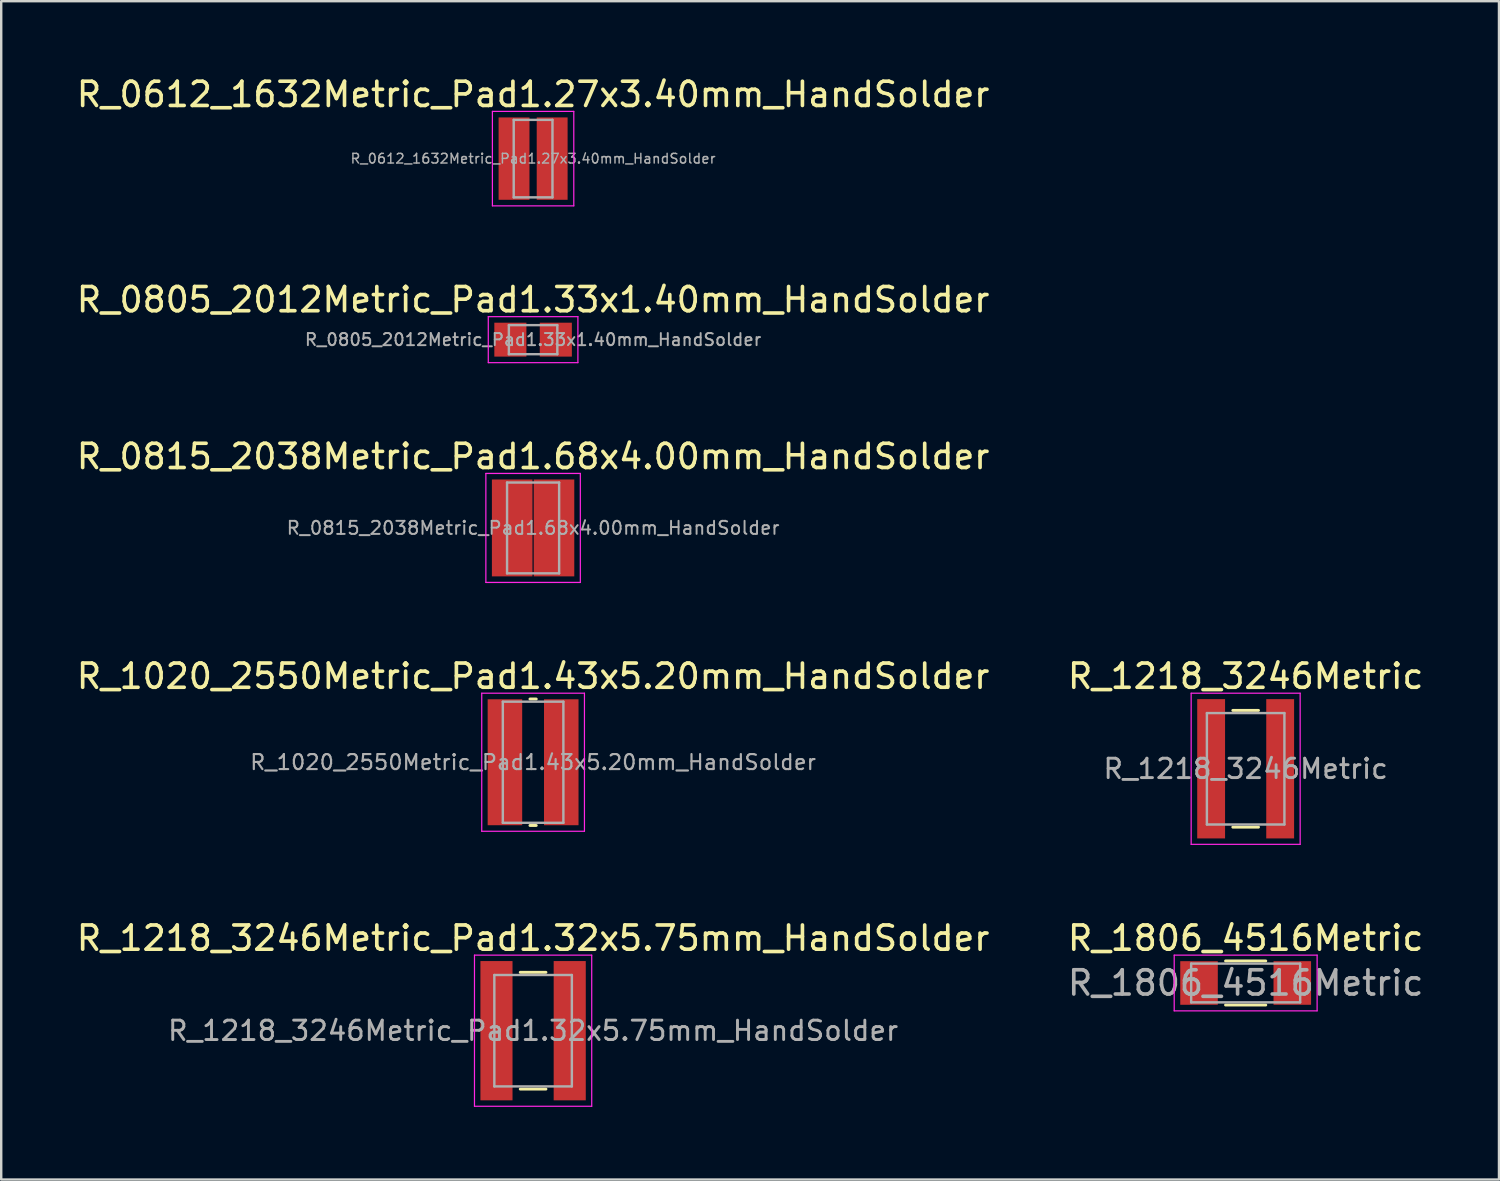
<source format=kicad_pcb>
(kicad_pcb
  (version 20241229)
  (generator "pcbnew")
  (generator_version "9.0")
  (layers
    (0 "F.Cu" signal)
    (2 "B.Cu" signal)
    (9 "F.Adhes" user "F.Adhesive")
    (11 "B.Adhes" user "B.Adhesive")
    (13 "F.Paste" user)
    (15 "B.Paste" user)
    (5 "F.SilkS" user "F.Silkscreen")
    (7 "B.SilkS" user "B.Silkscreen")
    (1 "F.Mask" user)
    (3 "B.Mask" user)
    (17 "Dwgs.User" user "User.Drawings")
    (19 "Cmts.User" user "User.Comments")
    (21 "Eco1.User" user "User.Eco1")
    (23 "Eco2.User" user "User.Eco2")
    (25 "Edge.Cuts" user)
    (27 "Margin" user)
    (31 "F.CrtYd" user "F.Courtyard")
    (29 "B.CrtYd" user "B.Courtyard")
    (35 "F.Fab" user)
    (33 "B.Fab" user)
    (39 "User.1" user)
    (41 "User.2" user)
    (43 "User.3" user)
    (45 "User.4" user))
  (footprint "R_0612_1632Metric_Pad1.27x3.40mm_HandSolder"
    (layer "F.Cu")
    (at 18.958 3.498)
    (property "Reference" "R_0612_1632Metric_Pad1.27x3.40mm_HandSolder" (at 0 -2.65 0) (layer "F.SilkS") (effects (font (size 1 1) (thickness 0.15))))
    (attr smd)
    (fp_line (start -1.68 -1.95) (end 1.68 -1.95) (stroke (width 0.05) (type solid)) (layer "F.CrtYd"))
    (fp_line (start -1.68 1.95) (end -1.68 -1.95) (stroke (width 0.05) (type solid)) (layer "F.CrtYd"))
    (fp_line (start 1.68 -1.95) (end 1.68 1.95) (stroke (width 0.05) (type solid)) (layer "F.CrtYd"))
    (fp_line (start 1.68 1.95) (end -1.68 1.95) (stroke (width 0.05) (type solid)) (layer "F.CrtYd"))
    (fp_line (start -0.8 -1.6) (end 0.8 -1.6) (stroke (width 0.1) (type solid)) (layer "F.Fab"))
    (fp_line (start -0.8 1.6) (end -0.8 -1.6) (stroke (width 0.1) (type solid)) (layer "F.Fab"))
    (fp_line (start 0.8 -1.6) (end 0.8 1.6) (stroke (width 0.1) (type solid)) (layer "F.Fab"))
    (fp_line (start 0.8 1.6) (end -0.8 1.6) (stroke (width 0.1) (type solid)) (layer "F.Fab"))
    (fp_text user "${REFERENCE}" (at 0 0 0) (layer "F.Fab") (effects (font (size 0.4 0.4) (thickness 0.06))))
    (pad "1" smd rect (at -0.787 0) (size 1.275 3.4) (layers "F.Cu" "F.Mask" "F.Paste"))
    (pad "2" smd rect (at 0.787 0) (size 1.275 3.4) (layers "F.Cu" "F.Mask" "F.Paste")))
  (footprint "R_1218_3246Metric_Pad1.32x5.75mm_HandSolder"
    (layer "F.Cu")
    (at 18.958 39.501)
    (property "Reference" "R_1218_3246Metric_Pad1.32x5.75mm_HandSolder" (at 0 -3.82 0) (layer "F.SilkS") (effects (font (size 1 1) (thickness 0.15))))
    (attr smd)
    (fp_line (start -0.53 -2.41) (end 0.53 -2.41) (stroke (width 0.12) (type solid)) (layer "F.SilkS"))
    (fp_line (start -0.53 2.41) (end 0.53 2.41) (stroke (width 0.12) (type solid)) (layer "F.SilkS"))
    (fp_line (start -2.42 -3.12) (end 2.42 -3.12) (stroke (width 0.05) (type solid)) (layer "F.CrtYd"))
    (fp_line (start -2.42 3.12) (end -2.42 -3.12) (stroke (width 0.05) (type solid)) (layer "F.CrtYd"))
    (fp_line (start 2.42 -3.12) (end 2.42 3.12) (stroke (width 0.05) (type solid)) (layer "F.CrtYd"))
    (fp_line (start 2.42 3.12) (end -2.42 3.12) (stroke (width 0.05) (type solid)) (layer "F.CrtYd"))
    (fp_line (start -1.6 -2.3) (end 1.6 -2.3) (stroke (width 0.1) (type solid)) (layer "F.Fab"))
    (fp_line (start -1.6 2.3) (end -1.6 -2.3) (stroke (width 0.1) (type solid)) (layer "F.Fab"))
    (fp_line (start 1.6 -2.3) (end 1.6 2.3) (stroke (width 0.1) (type solid)) (layer "F.Fab"))
    (fp_line (start 1.6 2.3) (end -1.6 2.3) (stroke (width 0.1) (type solid)) (layer "F.Fab"))
    (fp_text user "${REFERENCE}" (at 0 0 0) (layer "F.Fab") (effects (font (size 0.8 0.8) (thickness 0.12))))
    (pad "1" smd rect (at -1.512 0) (size 1.325 5.75) (layers "F.Cu" "F.Mask" "F.Paste"))
    (pad "2" smd rect (at 1.512 0) (size 1.325 5.75) (layers "F.Cu" "F.Mask" "F.Paste")))
  (footprint "R_1218_3246Metric"
    (layer "F.Cu")
    (at 48.375 28.688)
    (property "Reference" "R_1218_3246Metric" (at 0 -3.82 0) (layer "F.SilkS") (effects (font (size 1 1) (thickness 0.15))))
    (attr smd)
    (fp_line (start -0.53 -2.41) (end 0.53 -2.41) (stroke (width 0.12) (type solid)) (layer "F.SilkS"))
    (fp_line (start -0.53 2.41) (end 0.53 2.41) (stroke (width 0.12) (type solid)) (layer "F.SilkS"))
    (fp_line (start -2.25 -3.12) (end 2.25 -3.12) (stroke (width 0.05) (type solid)) (layer "F.CrtYd"))
    (fp_line (start -2.25 3.12) (end -2.25 -3.12) (stroke (width 0.05) (type solid)) (layer "F.CrtYd"))
    (fp_line (start 2.25 -3.12) (end 2.25 3.12) (stroke (width 0.05) (type solid)) (layer "F.CrtYd"))
    (fp_line (start 2.25 3.12) (end -2.25 3.12) (stroke (width 0.05) (type solid)) (layer "F.CrtYd"))
    (fp_line (start -1.6 -2.3) (end 1.6 -2.3) (stroke (width 0.1) (type solid)) (layer "F.Fab"))
    (fp_line (start -1.6 2.3) (end -1.6 -2.3) (stroke (width 0.1) (type solid)) (layer "F.Fab"))
    (fp_line (start 1.6 -2.3) (end 1.6 2.3) (stroke (width 0.1) (type solid)) (layer "F.Fab"))
    (fp_line (start 1.6 2.3) (end -1.6 2.3) (stroke (width 0.1) (type solid)) (layer "F.Fab"))
    (fp_text user "${REFERENCE}" (at 0 0 0) (layer "F.Fab") (effects (font (size 0.8 0.8) (thickness 0.12))))
    (pad "1" smd rect (at -1.425 0) (size 1.15 5.75) (layers "F.Cu" "F.Mask" "F.Paste"))
    (pad "2" smd rect (at 1.425 0) (size 1.15 5.75) (layers "F.Cu" "F.Mask" "F.Paste")))
  (footprint "R_1806_4516Metric"
    (layer "F.Cu")
    (at 48.375 37.531)
    (property "Reference" "R_1806_4516Metric" (at 0 -1.85 0) (layer "F.SilkS") (effects (font (size 1 1) (thickness 0.15))))
    (attr smd)
    (fp_line (start -0.83 -0.91) (end 0.83 -0.91) (stroke (width 0.12) (type solid)) (layer "F.SilkS"))
    (fp_line (start -0.83 0.91) (end 0.83 0.91) (stroke (width 0.12) (type solid)) (layer "F.SilkS"))
    (fp_line (start -2.95 -1.15) (end 2.95 -1.15) (stroke (width 0.05) (type solid)) (layer "F.CrtYd"))
    (fp_line (start -2.95 1.15) (end -2.95 -1.15) (stroke (width 0.05) (type solid)) (layer "F.CrtYd"))
    (fp_line (start 2.95 -1.15) (end 2.95 1.15) (stroke (width 0.05) (type solid)) (layer "F.CrtYd"))
    (fp_line (start 2.95 1.15) (end -2.95 1.15) (stroke (width 0.05) (type solid)) (layer "F.CrtYd"))
    (fp_line (start -2.25 -0.8) (end 2.25 -0.8) (stroke (width 0.1) (type solid)) (layer "F.Fab"))
    (fp_line (start -2.25 0.8) (end -2.25 -0.8) (stroke (width 0.1) (type solid)) (layer "F.Fab"))
    (fp_line (start 2.25 -0.8) (end 2.25 0.8) (stroke (width 0.1) (type solid)) (layer "F.Fab"))
    (fp_line (start 2.25 0.8) (end -2.25 0.8) (stroke (width 0.1) (type solid)) (layer "F.Fab"))
    (fp_text user "${REFERENCE}" (at 0 0 0) (layer "F.Fab") (effects (font (size 1 1) (thickness 0.15))))
    (pad "1" smd rect (at -1.925 0) (size 1.55 1.8) (layers "F.Cu" "F.Mask" "F.Paste"))
    (pad "2" smd rect (at 1.925 0) (size 1.55 1.8) (layers "F.Cu" "F.Mask" "F.Paste")))
  (footprint "R_1020_2550Metric_Pad1.43x5.20mm_HandSolder"
    (layer "F.Cu")
    (at 18.958 28.418)
    (property "Reference" "R_1020_2550Metric_Pad1.43x5.20mm_HandSolder" (at 0 -3.55 0) (layer "F.SilkS") (effects (font (size 1 1) (thickness 0.15))))
    (attr smd)
    (fp_line (start -0.13 -2.61) (end 0.13 -2.61) (stroke (width 0.12) (type solid)) (layer "F.SilkS"))
    (fp_line (start -0.13 2.61) (end 0.13 2.61) (stroke (width 0.12) (type solid)) (layer "F.SilkS"))
    (fp_line (start -2.12 -2.85) (end 2.12 -2.85) (stroke (width 0.05) (type solid)) (layer "F.CrtYd"))
    (fp_line (start -2.12 2.85) (end -2.12 -2.85) (stroke (width 0.05) (type solid)) (layer "F.CrtYd"))
    (fp_line (start 2.12 -2.85) (end 2.12 2.85) (stroke (width 0.05) (type solid)) (layer "F.CrtYd"))
    (fp_line (start 2.12 2.85) (end -2.12 2.85) (stroke (width 0.05) (type solid)) (layer "F.CrtYd"))
    (fp_line (start -1.25 -2.5) (end 1.25 -2.5) (stroke (width 0.1) (type solid)) (layer "F.Fab"))
    (fp_line (start -1.25 2.5) (end -1.25 -2.5) (stroke (width 0.1) (type solid)) (layer "F.Fab"))
    (fp_line (start 1.25 -2.5) (end 1.25 2.5) (stroke (width 0.1) (type solid)) (layer "F.Fab"))
    (fp_line (start 1.25 2.5) (end -1.25 2.5) (stroke (width 0.1) (type solid)) (layer "F.Fab"))
    (fp_text user "${REFERENCE}" (at 0 0 0) (layer "F.Fab") (effects (font (size 0.62 0.62) (thickness 0.09))))
    (pad "1" smd rect (at -1.163 0) (size 1.425 5.2) (layers "F.Cu" "F.Mask" "F.Paste"))
    (pad "2" smd rect (at 1.163 0) (size 1.425 5.2) (layers "F.Cu" "F.Mask" "F.Paste")))
  (footprint "R_0815_2038Metric_Pad1.68x4.00mm_HandSolder"
    (layer "F.Cu")
    (at 18.958 18.745)
    (property "Reference" "R_0815_2038Metric_Pad1.68x4.00mm_HandSolder" (at 0 -2.95 0) (layer "F.SilkS") (effects (font (size 1 1) (thickness 0.15))))
    (attr smd)
    (fp_line (start -1.95 -2.25) (end 1.95 -2.25) (stroke (width 0.05) (type solid)) (layer "F.CrtYd"))
    (fp_line (start -1.95 2.25) (end -1.95 -2.25) (stroke (width 0.05) (type solid)) (layer "F.CrtYd"))
    (fp_line (start 1.95 -2.25) (end 1.95 2.25) (stroke (width 0.05) (type solid)) (layer "F.CrtYd"))
    (fp_line (start 1.95 2.25) (end -1.95 2.25) (stroke (width 0.05) (type solid)) (layer "F.CrtYd"))
    (fp_line (start -1.075 -1.875) (end 1.075 -1.875) (stroke (width 0.1) (type solid)) (layer "F.Fab"))
    (fp_line (start -1.075 1.875) (end -1.075 -1.875) (stroke (width 0.1) (type solid)) (layer "F.Fab"))
    (fp_line (start 1.075 -1.875) (end 1.075 1.875) (stroke (width 0.1) (type solid)) (layer "F.Fab"))
    (fp_line (start 1.075 1.875) (end -1.075 1.875) (stroke (width 0.1) (type solid)) (layer "F.Fab"))
    (fp_text user "${REFERENCE}" (at 0 0 0) (layer "F.Fab") (effects (font (size 0.54 0.54) (thickness 0.08))))
    (pad "1" smd rect (at -0.863 0) (size 1.675 4) (layers "F.Cu" "F.Mask" "F.Paste"))
    (pad "2" smd rect (at 0.863 0) (size 1.675 4) (layers "F.Cu" "F.Mask" "F.Paste")))
  (footprint "R_0805_2012Metric_Pad1.33x1.40mm_HandSolder"
    (layer "F.Cu")
    (at 18.958 10.972)
    (property "Reference" "R_0805_2012Metric_Pad1.33x1.40mm_HandSolder" (at 0 -1.65 0) (layer "F.SilkS") (effects (font (size 1 1) (thickness 0.15))))
    (attr smd)
    (fp_line (start -1.85 -0.95) (end 1.85 -0.95) (stroke (width 0.05) (type solid)) (layer "F.CrtYd"))
    (fp_line (start -1.85 0.95) (end -1.85 -0.95) (stroke (width 0.05) (type solid)) (layer "F.CrtYd"))
    (fp_line (start 1.85 -0.95) (end 1.85 0.95) (stroke (width 0.05) (type solid)) (layer "F.CrtYd"))
    (fp_line (start 1.85 0.95) (end -1.85 0.95) (stroke (width 0.05) (type solid)) (layer "F.CrtYd"))
    (fp_line (start -1 -0.6) (end 1 -0.6) (stroke (width 0.1) (type solid)) (layer "F.Fab"))
    (fp_line (start -1 0.6) (end -1 -0.6) (stroke (width 0.1) (type solid)) (layer "F.Fab"))
    (fp_line (start 1 -0.6) (end 1 0.6) (stroke (width 0.1) (type solid)) (layer "F.Fab"))
    (fp_line (start 1 0.6) (end -1 0.6) (stroke (width 0.1) (type solid)) (layer "F.Fab"))
    (fp_text user "${REFERENCE}" (at 0 0 0) (layer "F.Fab") (effects (font (size 0.5 0.5) (thickness 0.08))))
    (pad "1" smd rect (at -0.938 0) (size 1.325 1.4) (layers "F.Cu" "F.Mask" "F.Paste"))
    (pad "2" smd rect (at 0.938 0) (size 1.325 1.4) (layers "F.Cu" "F.Mask" "F.Paste")))
  (gr_rect
    (start -3 -3)
    (end 58.833 45.646)
    (stroke (width 0.1) (type default))
    (fill no)
    (layer "Edge.Cuts")))
</source>
